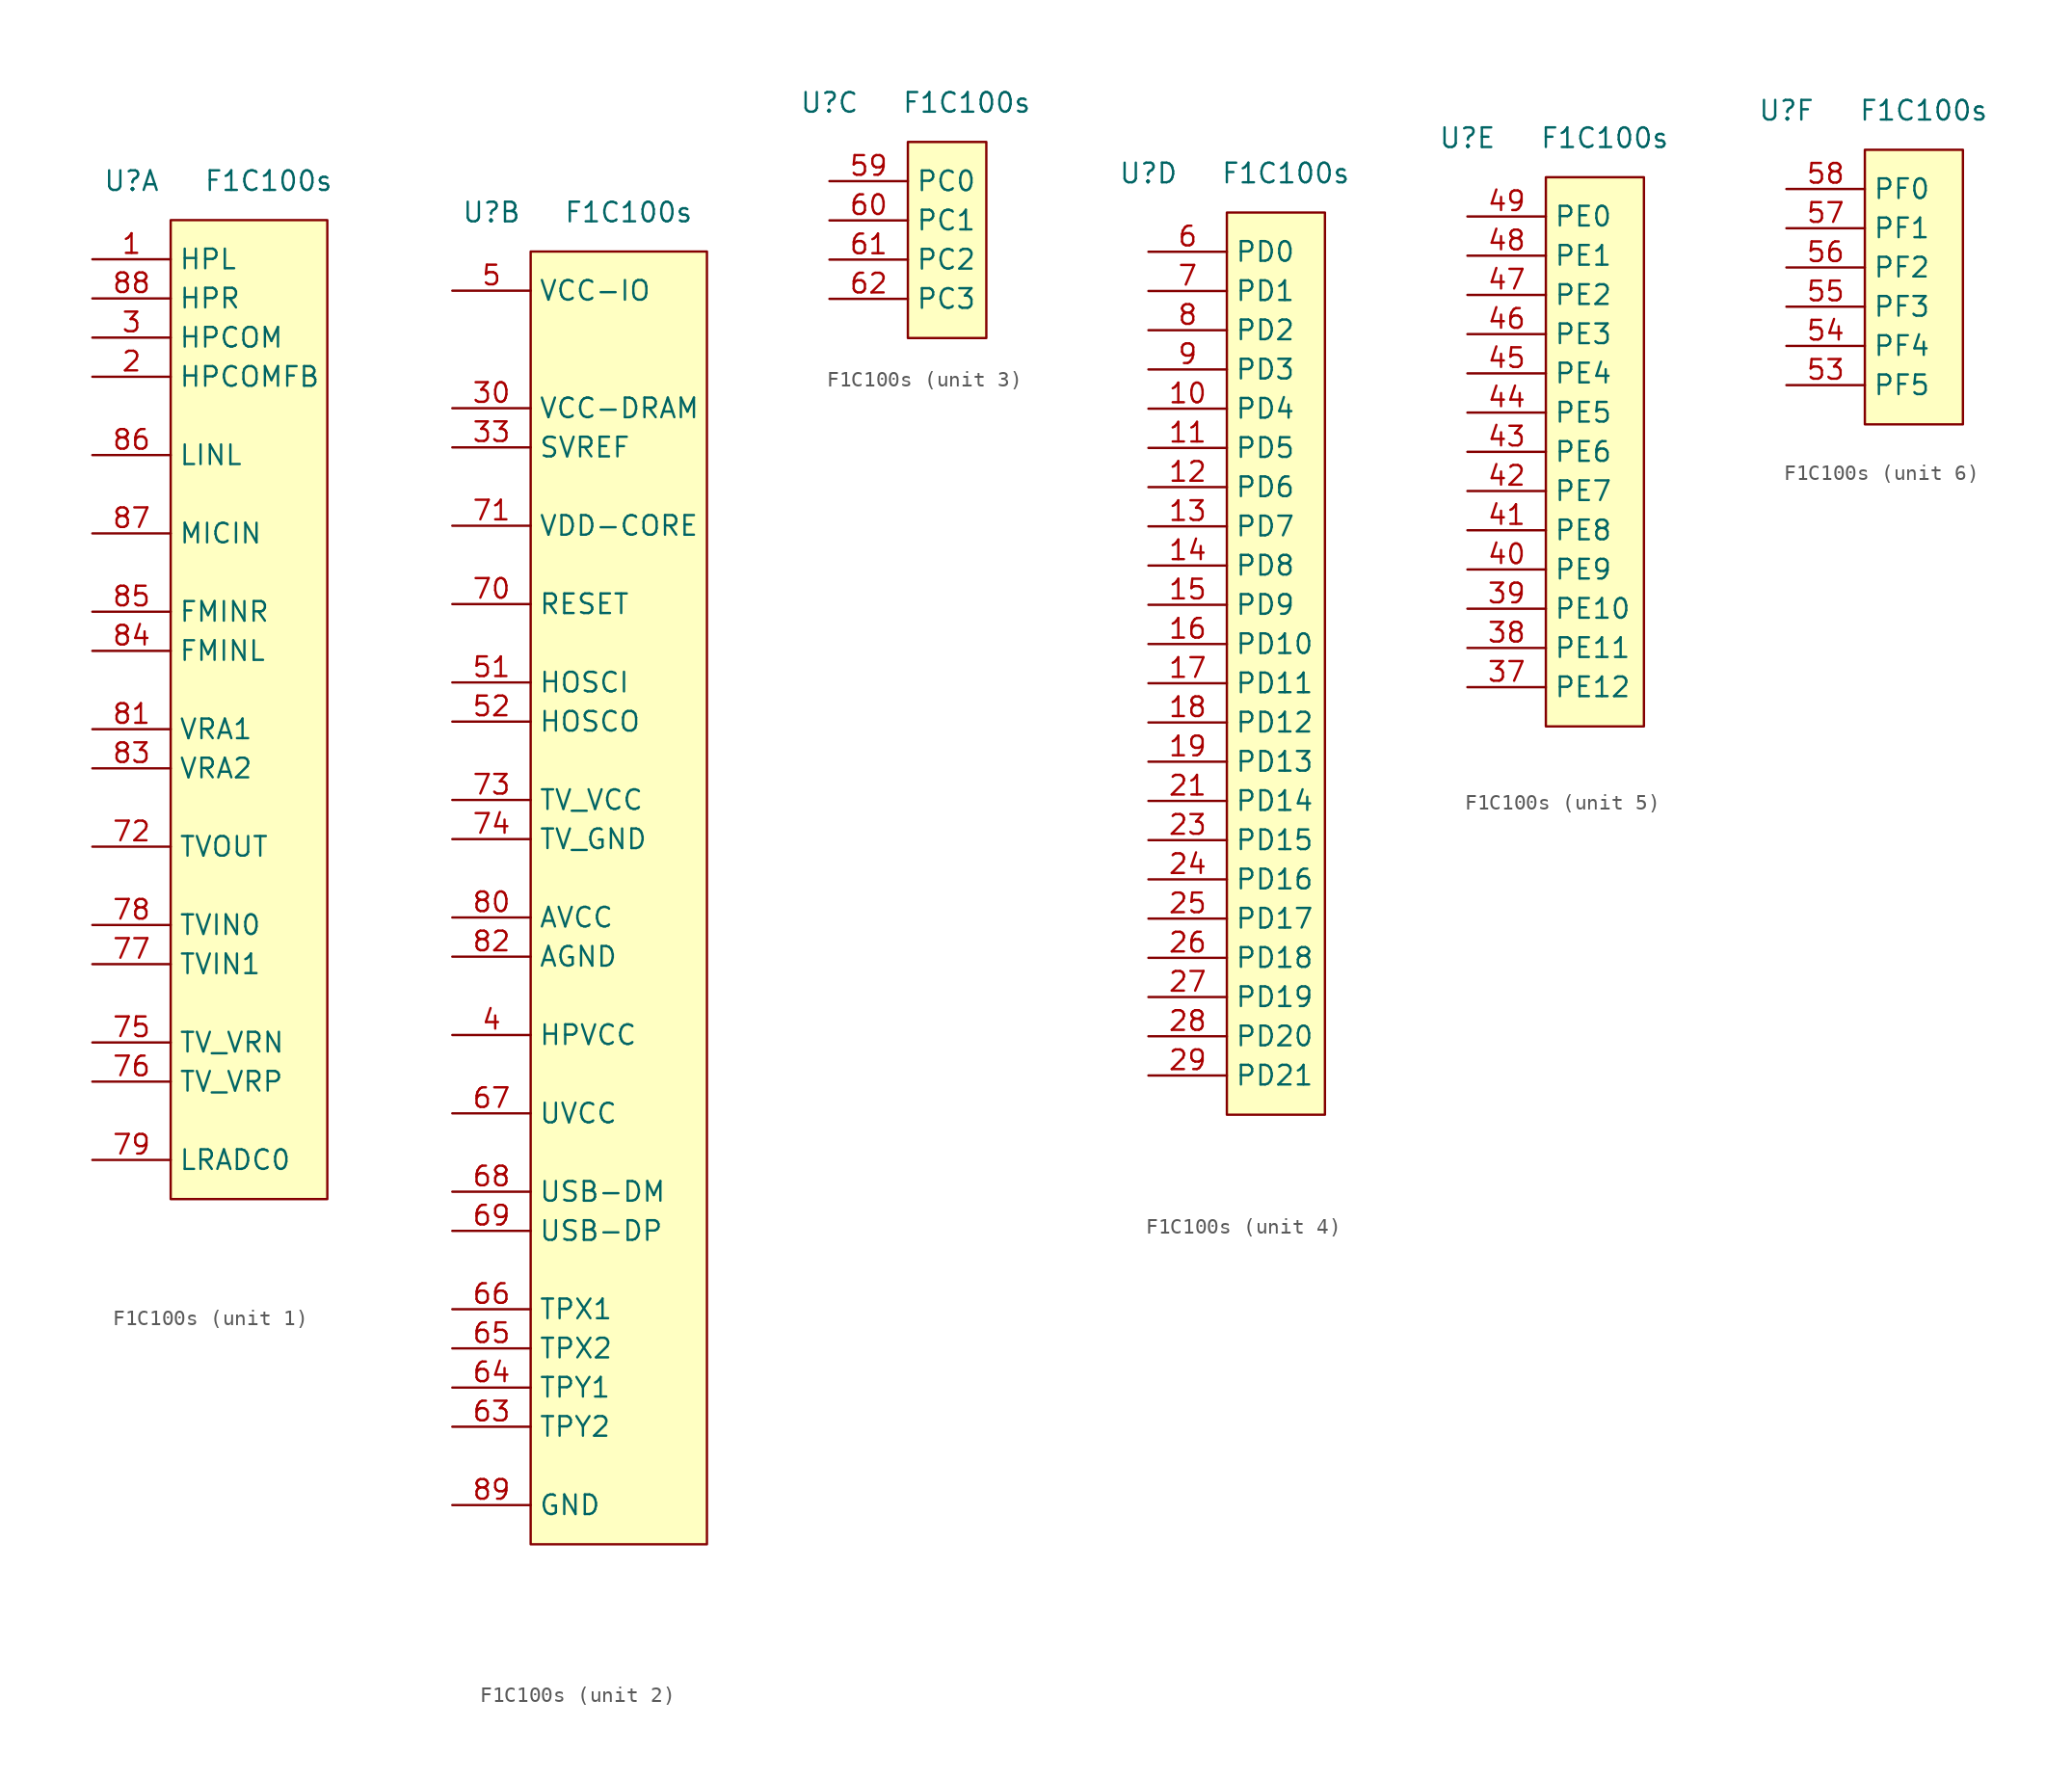
<source format=kicad_sym>
(kicad_symbol_lib
  (version 20211014)
  (generator kicad_symbol_editor)
  (symbol "F1C100s"
    (property "Reference" "U"
      (at -7.62 2.54 0)
      (effects (font (size 1.27 1.27))))
    (property "Value" "F1C100s"
      (at 1.27 2.54 0)
      (effects (font (size 1.27 1.27))))
    (property "ki_locked" ""
      (at 0 0 0)
      (effects (font (size 1.27 1.27))))
    (symbol "F1C100s_1_0"
      (pin passive line (at -10.16 -2.54 0) (length 5.08) (name "HPL" (effects (font (size 1.27 1.27)))) (number "1" (effects (font (size 1.27 1.27)))))
      (pin passive line (at -10.16 -10.16 0) (length 5.08) (name "HPCOMFB" (effects (font (size 1.27 1.27)))) (number "2" (effects (font (size 1.27 1.27)))))
      (pin passive line (at -10.16 -7.62 0) (length 5.08) (name "HPCOM" (effects (font (size 1.27 1.27)))) (number "3" (effects (font (size 1.27 1.27)))))
      (pin passive line (at -10.16 -40.64 0) (length 5.08) (name "TVOUT" (effects (font (size 1.27 1.27)))) (number "72" (effects (font (size 1.27 1.27)))))
      (pin passive line (at -10.16 -53.34 0) (length 5.08) (name "TV_VRN" (effects (font (size 1.27 1.27)))) (number "75" (effects (font (size 1.27 1.27)))))
      (pin passive line (at -10.16 -55.88 0) (length 5.08) (name "TV_VRP" (effects (font (size 1.27 1.27)))) (number "76" (effects (font (size 1.27 1.27)))))
      (pin passive line (at -10.16 -48.26 0) (length 5.08) (name "TVIN1" (effects (font (size 1.27 1.27)))) (number "77" (effects (font (size 1.27 1.27)))))
      (pin passive line (at -10.16 -45.72 0) (length 5.08) (name "TVIN0" (effects (font (size 1.27 1.27)))) (number "78" (effects (font (size 1.27 1.27)))))
      (pin passive line (at -10.16 -60.96 0) (length 5.08) (name "LRADC0" (effects (font (size 1.27 1.27)))) (number "79" (effects (font (size 1.27 1.27)))))
      (pin passive line (at -10.16 -33.02 0) (length 5.08) (name "VRA1" (effects (font (size 1.27 1.27)))) (number "81" (effects (font (size 1.27 1.27)))))
      (pin passive line (at -10.16 -35.56 0) (length 5.08) (name "VRA2" (effects (font (size 1.27 1.27)))) (number "83" (effects (font (size 1.27 1.27)))))
      (pin passive line (at -10.16 -27.94 0) (length 5.08) (name "FMINL" (effects (font (size 1.27 1.27)))) (number "84" (effects (font (size 1.27 1.27)))))
      (pin passive line (at -10.16 -25.4 0) (length 5.08) (name "FMINR" (effects (font (size 1.27 1.27)))) (number "85" (effects (font (size 1.27 1.27)))))
      (pin passive line (at -10.16 -15.24 0) (length 5.08) (name "LINL" (effects (font (size 1.27 1.27)))) (number "86" (effects (font (size 1.27 1.27)))))
      (pin passive line (at -10.16 -20.32 0) (length 5.08) (name "MICIN" (effects (font (size 1.27 1.27)))) (number "87" (effects (font (size 1.27 1.27)))))
      (pin passive line (at -10.16 -5.08 0) (length 5.08) (name "HPR" (effects (font (size 1.27 1.27)))) (number "88" (effects (font (size 1.27 1.27))))))
    (symbol "F1C100s_1_1"
      (rectangle (start -5.08 0) (end 5.08 -63.5) (stroke (width 0.152) (type default) (color 0 0 0 0)) (fill (type background))))
    (symbol "F1C100s_2_0"
      (pin passive line (at -10.16 -2.54 0) (length 5.08) hide (name "VCC-IO" (effects (font (size 1.27 1.27)))) (number "20" (effects (font (size 1.27 1.27)))))
      (pin passive line (at -10.16 -17.78 0) (length 5.08) hide (name "VDD-CORE" (effects (font (size 1.27 1.27)))) (number "22" (effects (font (size 1.27 1.27)))))
      (pin passive line (at -10.16 -10.16 0) (length 5.08) (name "VCC-DRAM" (effects (font (size 1.27 1.27)))) (number "30" (effects (font (size 1.27 1.27)))))
      (pin passive line (at -10.16 -10.16 0) (length 5.08) hide (name "VCC-DRAM" (effects (font (size 1.27 1.27)))) (number "31" (effects (font (size 1.27 1.27)))))
      (pin passive line (at -10.16 -10.16 0) (length 5.08) hide (name "VCC-DRAM" (effects (font (size 1.27 1.27)))) (number "32" (effects (font (size 1.27 1.27)))))
      (pin passive line (at -10.16 -12.7 0) (length 5.08) (name "SVREF" (effects (font (size 1.27 1.27)))) (number "33" (effects (font (size 1.27 1.27)))))
      (pin passive line (at -10.16 -10.16 0) (length 5.08) hide (name "VCC-DRAM" (effects (font (size 1.27 1.27)))) (number "34" (effects (font (size 1.27 1.27)))))
      (pin passive line (at -10.16 -17.78 0) (length 5.08) hide (name "VDD-CORE" (effects (font (size 1.27 1.27)))) (number "35" (effects (font (size 1.27 1.27)))))
      (pin passive line (at -10.16 -10.16 0) (length 5.08) hide (name "VCC-DRAM" (effects (font (size 1.27 1.27)))) (number "36" (effects (font (size 1.27 1.27)))))
      (pin passive line (at -10.16 -50.8 0) (length 5.08) (name "HPVCC" (effects (font (size 1.27 1.27)))) (number "4" (effects (font (size 1.27 1.27)))))
      (pin passive line (at -10.16 -2.54 0) (length 5.08) (name "VCC-IO" (effects (font (size 1.27 1.27)))) (number "5" (effects (font (size 1.27 1.27)))))
      (pin passive line (at -10.16 -2.54 0) (length 5.08) hide (name "VCC-IO" (effects (font (size 1.27 1.27)))) (number "50" (effects (font (size 1.27 1.27)))))
      (pin passive line (at -10.16 -27.94 0) (length 5.08) (name "HOSCI" (effects (font (size 1.27 1.27)))) (number "51" (effects (font (size 1.27 1.27)))))
      (pin passive line (at -10.16 -30.48 0) (length 5.08) (name "HOSCO" (effects (font (size 1.27 1.27)))) (number "52" (effects (font (size 1.27 1.27)))))
      (pin passive line (at -10.16 -76.2 0) (length 5.08) (name "TPY2" (effects (font (size 1.27 1.27)))) (number "63" (effects (font (size 1.27 1.27)))))
      (pin passive line (at -10.16 -73.66 0) (length 5.08) (name "TPY1" (effects (font (size 1.27 1.27)))) (number "64" (effects (font (size 1.27 1.27)))))
      (pin passive line (at -10.16 -71.12 0) (length 5.08) (name "TPX2" (effects (font (size 1.27 1.27)))) (number "65" (effects (font (size 1.27 1.27)))))
      (pin passive line (at -10.16 -68.58 0) (length 5.08) (name "TPX1" (effects (font (size 1.27 1.27)))) (number "66" (effects (font (size 1.27 1.27)))))
      (pin passive line (at -10.16 -55.88 0) (length 5.08) (name "UVCC" (effects (font (size 1.27 1.27)))) (number "67" (effects (font (size 1.27 1.27)))))
      (pin passive line (at -10.16 -60.96 0) (length 5.08) (name "USB-DM" (effects (font (size 1.27 1.27)))) (number "68" (effects (font (size 1.27 1.27)))))
      (pin passive line (at -10.16 -63.5 0) (length 5.08) (name "USB-DP" (effects (font (size 1.27 1.27)))) (number "69" (effects (font (size 1.27 1.27)))))
      (pin passive line (at -10.16 -22.86 0) (length 5.08) (name "RESET" (effects (font (size 1.27 1.27)))) (number "70" (effects (font (size 1.27 1.27)))))
      (pin passive line (at -10.16 -17.78 0) (length 5.08) (name "VDD-CORE" (effects (font (size 1.27 1.27)))) (number "71" (effects (font (size 1.27 1.27)))))
      (pin passive line (at -10.16 -35.56 0) (length 5.08) (name "TV_VCC" (effects (font (size 1.27 1.27)))) (number "73" (effects (font (size 1.27 1.27)))))
      (pin passive line (at -10.16 -38.1 0) (length 5.08) (name "TV_GND" (effects (font (size 1.27 1.27)))) (number "74" (effects (font (size 1.27 1.27)))))
      (pin passive line (at -10.16 -43.18 0) (length 5.08) (name "AVCC" (effects (font (size 1.27 1.27)))) (number "80" (effects (font (size 1.27 1.27)))))
      (pin passive line (at -10.16 -45.72 0) (length 5.08) (name "AGND" (effects (font (size 1.27 1.27)))) (number "82" (effects (font (size 1.27 1.27)))))
      (pin passive line (at -10.16 -81.28 0) (length 5.08) (name "GND" (effects (font (size 1.27 1.27)))) (number "89" (effects (font (size 1.27 1.27))))))
    (symbol "F1C100s_2_1"
      (rectangle (start -5.08 0) (end 6.35 -83.82) (stroke (width 0.152) (type default) (color 0 0 0 0)) (fill (type background))))
    (symbol "F1C100s_3_0"
      (pin passive line (at -7.62 -2.54 0) (length 5.08) (name "PC0" (effects (font (size 1.27 1.27)))) (number "59" (effects (font (size 1.27 1.27)))))
      (pin passive line (at -7.62 -5.08 0) (length 5.08) (name "PC1" (effects (font (size 1.27 1.27)))) (number "60" (effects (font (size 1.27 1.27)))))
      (pin passive line (at -7.62 -7.62 0) (length 5.08) (name "PC2" (effects (font (size 1.27 1.27)))) (number "61" (effects (font (size 1.27 1.27)))))
      (pin passive line (at -7.62 -10.16 0) (length 5.08) (name "PC3" (effects (font (size 1.27 1.27)))) (number "62" (effects (font (size 1.27 1.27))))))
    (symbol "F1C100s_3_1"
      (rectangle (start -2.54 0) (end 2.54 -12.7) (stroke (width 0.152) (type default) (color 0 0 0 0)) (fill (type background))))
    (symbol "F1C100s_4_0"
      (pin passive line (at -7.62 -12.7 0) (length 5.08) (name "PD4" (effects (font (size 1.27 1.27)))) (number "10" (effects (font (size 1.27 1.27)))))
      (pin passive line (at -7.62 -15.24 0) (length 5.08) (name "PD5" (effects (font (size 1.27 1.27)))) (number "11" (effects (font (size 1.27 1.27)))))
      (pin passive line (at -7.62 -17.78 0) (length 5.08) (name "PD6" (effects (font (size 1.27 1.27)))) (number "12" (effects (font (size 1.27 1.27)))))
      (pin passive line (at -7.62 -20.32 0) (length 5.08) (name "PD7" (effects (font (size 1.27 1.27)))) (number "13" (effects (font (size 1.27 1.27)))))
      (pin passive line (at -7.62 -22.86 0) (length 5.08) (name "PD8" (effects (font (size 1.27 1.27)))) (number "14" (effects (font (size 1.27 1.27)))))
      (pin passive line (at -7.62 -25.4 0) (length 5.08) (name "PD9" (effects (font (size 1.27 1.27)))) (number "15" (effects (font (size 1.27 1.27)))))
      (pin passive line (at -7.62 -27.94 0) (length 5.08) (name "PD10" (effects (font (size 1.27 1.27)))) (number "16" (effects (font (size 1.27 1.27)))))
      (pin passive line (at -7.62 -30.48 0) (length 5.08) (name "PD11" (effects (font (size 1.27 1.27)))) (number "17" (effects (font (size 1.27 1.27)))))
      (pin passive line (at -7.62 -33.02 0) (length 5.08) (name "PD12" (effects (font (size 1.27 1.27)))) (number "18" (effects (font (size 1.27 1.27)))))
      (pin passive line (at -7.62 -35.56 0) (length 5.08) (name "PD13" (effects (font (size 1.27 1.27)))) (number "19" (effects (font (size 1.27 1.27)))))
      (pin passive line (at -7.62 -38.1 0) (length 5.08) (name "PD14" (effects (font (size 1.27 1.27)))) (number "21" (effects (font (size 1.27 1.27)))))
      (pin passive line (at -7.62 -40.64 0) (length 5.08) (name "PD15" (effects (font (size 1.27 1.27)))) (number "23" (effects (font (size 1.27 1.27)))))
      (pin passive line (at -7.62 -43.18 0) (length 5.08) (name "PD16" (effects (font (size 1.27 1.27)))) (number "24" (effects (font (size 1.27 1.27)))))
      (pin passive line (at -7.62 -45.72 0) (length 5.08) (name "PD17" (effects (font (size 1.27 1.27)))) (number "25" (effects (font (size 1.27 1.27)))))
      (pin passive line (at -7.62 -48.26 0) (length 5.08) (name "PD18" (effects (font (size 1.27 1.27)))) (number "26" (effects (font (size 1.27 1.27)))))
      (pin passive line (at -7.62 -50.8 0) (length 5.08) (name "PD19" (effects (font (size 1.27 1.27)))) (number "27" (effects (font (size 1.27 1.27)))))
      (pin passive line (at -7.62 -53.34 0) (length 5.08) (name "PD20" (effects (font (size 1.27 1.27)))) (number "28" (effects (font (size 1.27 1.27)))))
      (pin passive line (at -7.62 -55.88 0) (length 5.08) (name "PD21" (effects (font (size 1.27 1.27)))) (number "29" (effects (font (size 1.27 1.27)))))
      (pin passive line (at -7.62 -2.54 0) (length 5.08) (name "PD0" (effects (font (size 1.27 1.27)))) (number "6" (effects (font (size 1.27 1.27)))))
      (pin passive line (at -7.62 -5.08 0) (length 5.08) (name "PD1" (effects (font (size 1.27 1.27)))) (number "7" (effects (font (size 1.27 1.27)))))
      (pin passive line (at -7.62 -7.62 0) (length 5.08) (name "PD2" (effects (font (size 1.27 1.27)))) (number "8" (effects (font (size 1.27 1.27)))))
      (pin passive line (at -7.62 -10.16 0) (length 5.08) (name "PD3" (effects (font (size 1.27 1.27)))) (number "9" (effects (font (size 1.27 1.27))))))
    (symbol "F1C100s_4_1"
      (rectangle (start -2.54 0) (end 3.81 -58.42) (stroke (width 0.152) (type default) (color 0 0 0 0)) (fill (type background))))
    (symbol "F1C100s_5_0"
      (pin passive line (at -7.62 -30.48 0) (length 5.08) (name "PE11" (effects (font (size 1.27 1.27)))) (number "38" (effects (font (size 1.27 1.27)))))
      (pin passive line (at -7.62 -27.94 0) (length 5.08) (name "PE10" (effects (font (size 1.27 1.27)))) (number "39" (effects (font (size 1.27 1.27)))))
      (pin passive line (at -7.62 -25.4 0) (length 5.08) (name "PE9" (effects (font (size 1.27 1.27)))) (number "40" (effects (font (size 1.27 1.27)))))
      (pin passive line (at -7.62 -22.86 0) (length 5.08) (name "PE8" (effects (font (size 1.27 1.27)))) (number "41" (effects (font (size 1.27 1.27)))))
      (pin passive line (at -7.62 -20.32 0) (length 5.08) (name "PE7" (effects (font (size 1.27 1.27)))) (number "42" (effects (font (size 1.27 1.27)))))
      (pin passive line (at -7.62 -17.78 0) (length 5.08) (name "PE6" (effects (font (size 1.27 1.27)))) (number "43" (effects (font (size 1.27 1.27)))))
      (pin passive line (at -7.62 -15.24 0) (length 5.08) (name "PE5" (effects (font (size 1.27 1.27)))) (number "44" (effects (font (size 1.27 1.27)))))
      (pin passive line (at -7.62 -12.7 0) (length 5.08) (name "PE4" (effects (font (size 1.27 1.27)))) (number "45" (effects (font (size 1.27 1.27)))))
      (pin passive line (at -7.62 -10.16 0) (length 5.08) (name "PE3" (effects (font (size 1.27 1.27)))) (number "46" (effects (font (size 1.27 1.27)))))
      (pin passive line (at -7.62 -7.62 0) (length 5.08) (name "PE2" (effects (font (size 1.27 1.27)))) (number "47" (effects (font (size 1.27 1.27)))))
      (pin passive line (at -7.62 -5.08 0) (length 5.08) (name "PE1" (effects (font (size 1.27 1.27)))) (number "48" (effects (font (size 1.27 1.27)))))
      (pin passive line (at -7.62 -2.54 0) (length 5.08) (name "PE0" (effects (font (size 1.27 1.27)))) (number "49" (effects (font (size 1.27 1.27))))))
    (symbol "F1C100s_5_1"
      (rectangle (start -2.54 0) (end 3.81 -35.56) (stroke (width 0.152) (type default) (color 0 0 0 0)) (fill (type background)))
      (pin passive line (at -7.62 -33.02 0) (length 5.08) (name "PE12" (effects (font (size 1.27 1.27)))) (number "37" (effects (font (size 1.27 1.27))))))
    (symbol "F1C100s_6_0"
      (pin passive line (at -7.62 -15.24 0) (length 5.08) (name "PF5" (effects (font (size 1.27 1.27)))) (number "53" (effects (font (size 1.27 1.27)))))
      (pin passive line (at -7.62 -12.7 0) (length 5.08) (name "PF4" (effects (font (size 1.27 1.27)))) (number "54" (effects (font (size 1.27 1.27)))))
      (pin passive line (at -7.62 -10.16 0) (length 5.08) (name "PF3" (effects (font (size 1.27 1.27)))) (number "55" (effects (font (size 1.27 1.27)))))
      (pin passive line (at -7.62 -7.62 0) (length 5.08) (name "PF2" (effects (font (size 1.27 1.27)))) (number "56" (effects (font (size 1.27 1.27)))))
      (pin passive line (at -7.62 -5.08 0) (length 5.08) (name "PF1" (effects (font (size 1.27 1.27)))) (number "57" (effects (font (size 1.27 1.27)))))
      (pin passive line (at -7.62 -2.54 0) (length 5.08) (name "PF0" (effects (font (size 1.27 1.27)))) (number "58" (effects (font (size 1.27 1.27))))))
    (symbol "F1C100s_6_1"
      (rectangle (start -2.54 0) (end 3.81 -17.78) (stroke (width 0.152) (type default) (color 0 0 0 0)) (fill (type background))))))
</source>
